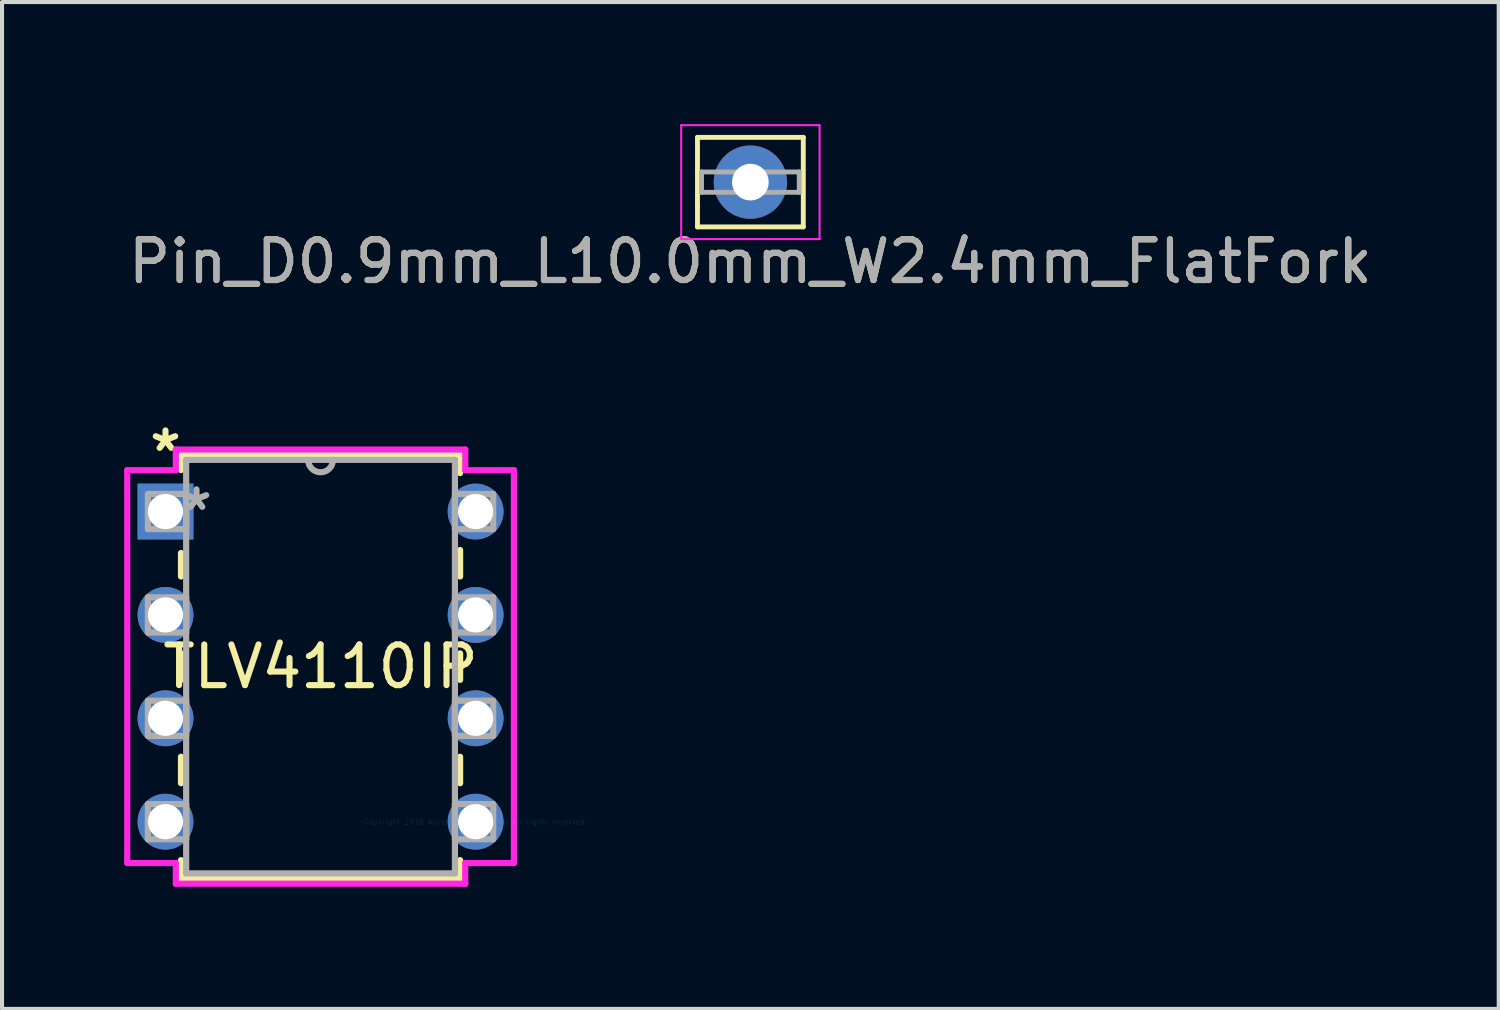
<source format=kicad_pcb>
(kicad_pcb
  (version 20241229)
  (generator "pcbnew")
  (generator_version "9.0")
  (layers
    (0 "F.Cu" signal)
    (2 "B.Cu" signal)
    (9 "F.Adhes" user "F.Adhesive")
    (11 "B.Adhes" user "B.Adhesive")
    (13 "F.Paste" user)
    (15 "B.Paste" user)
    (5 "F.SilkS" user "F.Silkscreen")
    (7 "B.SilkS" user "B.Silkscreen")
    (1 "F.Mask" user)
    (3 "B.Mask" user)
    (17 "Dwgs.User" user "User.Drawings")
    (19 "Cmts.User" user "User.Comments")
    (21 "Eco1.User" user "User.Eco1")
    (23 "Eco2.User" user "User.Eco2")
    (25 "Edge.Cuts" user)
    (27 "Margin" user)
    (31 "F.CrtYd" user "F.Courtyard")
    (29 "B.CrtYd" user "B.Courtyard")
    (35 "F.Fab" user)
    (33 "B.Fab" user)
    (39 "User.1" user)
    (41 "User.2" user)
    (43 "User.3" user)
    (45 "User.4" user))
  (footprint "TLV4110IP"
    (layer "F.Cu")
    (at 8.636 17.139)
    (property "Reference" "TLV4110IP" (at -3.81 -3.81 0) (layer "F.SilkS") (effects (font (size 1 1) (thickness 0.15))))
    (attr through_hole)
    (fp_line (start -7.239 -9.017) (end -7.239 -8.639) (stroke (width 0.152) (type solid)) (layer "F.SilkS"))
    (fp_line (start -7.239 -6.601) (end -7.239 -6.025) (stroke (width 0.152) (type solid)) (layer "F.SilkS"))
    (fp_line (start -7.239 -4.135) (end -7.239 -3.485) (stroke (width 0.152) (type solid)) (layer "F.SilkS"))
    (fp_line (start -7.239 -1.595) (end -7.239 -0.945) (stroke (width 0.152) (type solid)) (layer "F.SilkS"))
    (fp_line (start -7.239 0.945) (end -7.239 1.397) (stroke (width 0.152) (type solid)) (layer "F.SilkS"))
    (fp_line (start -7.239 1.397) (end -0.381 1.397) (stroke (width 0.152) (type solid)) (layer "F.SilkS"))
    (fp_line (start -0.381 -9.017) (end -7.239 -9.017) (stroke (width 0.152) (type solid)) (layer "F.SilkS"))
    (fp_line (start -0.381 -8.565) (end -0.381 -9.017) (stroke (width 0.152) (type solid)) (layer "F.SilkS"))
    (fp_line (start -0.381 -6.025) (end -0.381 -6.675) (stroke (width 0.152) (type solid)) (layer "F.SilkS"))
    (fp_line (start -0.381 -3.485) (end -0.381 -4.135) (stroke (width 0.152) (type solid)) (layer "F.SilkS"))
    (fp_line (start -0.381 -0.945) (end -0.381 -1.595) (stroke (width 0.152) (type solid)) (layer "F.SilkS"))
    (fp_line (start -0.381 1.397) (end -0.381 0.945) (stroke (width 0.152) (type solid)) (layer "F.SilkS"))
    (fp_line (start -8.56 -8.636) (end -8.56 1.016) (stroke (width 0.152) (type solid)) (layer "F.CrtYd"))
    (fp_line (start -8.56 1.016) (end -7.366 1.016) (stroke (width 0.152) (type solid)) (layer "F.CrtYd"))
    (fp_line (start -7.366 -9.144) (end -7.366 -8.636) (stroke (width 0.152) (type solid)) (layer "F.CrtYd"))
    (fp_line (start -7.366 -8.636) (end -8.56 -8.636) (stroke (width 0.152) (type solid)) (layer "F.CrtYd"))
    (fp_line (start -7.366 1.016) (end -7.366 1.524) (stroke (width 0.152) (type solid)) (layer "F.CrtYd"))
    (fp_line (start -7.366 1.524) (end -0.254 1.524) (stroke (width 0.152) (type solid)) (layer "F.CrtYd"))
    (fp_line (start -0.254 -9.144) (end -7.366 -9.144) (stroke (width 0.152) (type solid)) (layer "F.CrtYd"))
    (fp_line (start -0.254 -8.636) (end -0.254 -9.144) (stroke (width 0.152) (type solid)) (layer "F.CrtYd"))
    (fp_line (start -0.254 1.016) (end 0.94 1.016) (stroke (width 0.152) (type solid)) (layer "F.CrtYd"))
    (fp_line (start -0.254 1.524) (end -0.254 1.016) (stroke (width 0.152) (type solid)) (layer "F.CrtYd"))
    (fp_line (start 0.94 -8.636) (end -0.254 -8.636) (stroke (width 0.152) (type solid)) (layer "F.CrtYd"))
    (fp_line (start 0.94 1.016) (end 0.94 -8.636) (stroke (width 0.152) (type solid)) (layer "F.CrtYd"))
    (fp_line (start -8.052 -8.052) (end -8.052 -7.188) (stroke (width 0.152) (type solid)) (layer "F.Fab"))
    (fp_line (start -8.052 -7.188) (end -7.112 -7.188) (stroke (width 0.152) (type solid)) (layer "F.Fab"))
    (fp_line (start -8.052 -5.512) (end -8.052 -4.648) (stroke (width 0.152) (type solid)) (layer "F.Fab"))
    (fp_line (start -8.052 -4.648) (end -7.112 -4.648) (stroke (width 0.152) (type solid)) (layer "F.Fab"))
    (fp_line (start -8.052 -2.972) (end -8.052 -2.108) (stroke (width 0.152) (type solid)) (layer "F.Fab"))
    (fp_line (start -8.052 -2.108) (end -7.112 -2.108) (stroke (width 0.152) (type solid)) (layer "F.Fab"))
    (fp_line (start -8.052 -0.432) (end -8.052 0.432) (stroke (width 0.152) (type solid)) (layer "F.Fab"))
    (fp_line (start -8.052 0.432) (end -7.112 0.432) (stroke (width 0.152) (type solid)) (layer "F.Fab"))
    (fp_line (start -7.112 -8.89) (end -7.112 1.27) (stroke (width 0.152) (type solid)) (layer "F.Fab"))
    (fp_line (start -7.112 -8.052) (end -8.052 -8.052) (stroke (width 0.152) (type solid)) (layer "F.Fab"))
    (fp_line (start -7.112 -7.188) (end -7.112 -8.052) (stroke (width 0.152) (type solid)) (layer "F.Fab"))
    (fp_line (start -7.112 -5.512) (end -8.052 -5.512) (stroke (width 0.152) (type solid)) (layer "F.Fab"))
    (fp_line (start -7.112 -4.648) (end -7.112 -5.512) (stroke (width 0.152) (type solid)) (layer "F.Fab"))
    (fp_line (start -7.112 -2.972) (end -8.052 -2.972) (stroke (width 0.152) (type solid)) (layer "F.Fab"))
    (fp_line (start -7.112 -2.108) (end -7.112 -2.972) (stroke (width 0.152) (type solid)) (layer "F.Fab"))
    (fp_line (start -7.112 -0.432) (end -8.052 -0.432) (stroke (width 0.152) (type solid)) (layer "F.Fab"))
    (fp_line (start -7.112 0.432) (end -7.112 -0.432) (stroke (width 0.152) (type solid)) (layer "F.Fab"))
    (fp_line (start -7.112 1.27) (end -0.508 1.27) (stroke (width 0.152) (type solid)) (layer "F.Fab"))
    (fp_line (start -0.508 -8.89) (end -7.112 -8.89) (stroke (width 0.152) (type solid)) (layer "F.Fab"))
    (fp_line (start -0.508 -8.052) (end -0.508 -7.188) (stroke (width 0.152) (type solid)) (layer "F.Fab"))
    (fp_line (start -0.508 -7.188) (end 0.432 -7.188) (stroke (width 0.152) (type solid)) (layer "F.Fab"))
    (fp_line (start -0.508 -5.512) (end -0.508 -4.648) (stroke (width 0.152) (type solid)) (layer "F.Fab"))
    (fp_line (start -0.508 -4.648) (end 0.432 -4.648) (stroke (width 0.152) (type solid)) (layer "F.Fab"))
    (fp_line (start -0.508 -2.972) (end -0.508 -2.108) (stroke (width 0.152) (type solid)) (layer "F.Fab"))
    (fp_line (start -0.508 -2.108) (end 0.432 -2.108) (stroke (width 0.152) (type solid)) (layer "F.Fab"))
    (fp_line (start -0.508 -0.432) (end -0.508 0.432) (stroke (width 0.152) (type solid)) (layer "F.Fab"))
    (fp_line (start -0.508 0.432) (end 0.432 0.432) (stroke (width 0.152) (type solid)) (layer "F.Fab"))
    (fp_line (start -0.508 1.27) (end -0.508 -8.89) (stroke (width 0.152) (type solid)) (layer "F.Fab"))
    (fp_line (start 0.432 -8.052) (end -0.508 -8.052) (stroke (width 0.152) (type solid)) (layer "F.Fab"))
    (fp_line (start 0.432 -7.188) (end 0.432 -8.052) (stroke (width 0.152) (type solid)) (layer "F.Fab"))
    (fp_line (start 0.432 -5.512) (end -0.508 -5.512) (stroke (width 0.152) (type solid)) (layer "F.Fab"))
    (fp_line (start 0.432 -4.648) (end 0.432 -5.512) (stroke (width 0.152) (type solid)) (layer "F.Fab"))
    (fp_line (start 0.432 -2.972) (end -0.508 -2.972) (stroke (width 0.152) (type solid)) (layer "F.Fab"))
    (fp_line (start 0.432 -2.108) (end 0.432 -2.972) (stroke (width 0.152) (type solid)) (layer "F.Fab"))
    (fp_line (start 0.432 -0.432) (end -0.508 -0.432) (stroke (width 0.152) (type solid)) (layer "F.Fab"))
    (fp_line (start 0.432 0.432) (end 0.432 -0.432) (stroke (width 0.152) (type solid)) (layer "F.Fab"))
    (fp_arc (start -3.5052 -8.89) (mid -3.81 -8.5852) (end -4.1148 -8.89) (stroke (width 0.1524) (type solid)) (layer "F.Fab"))
    (fp_text user "*" (at -7.62 -9.068 0) (layer "F.SilkS") (effects (font (size 1 1) (thickness 0.15))))
    (fp_text user "Copyright 2016 Accelerated Designs. All rights reserved." (at 0 0 0) (layer "Cmts.User") (effects (font (size 0.127 0.127) (thickness 0.002))))
    (fp_text user "*" (at -6.858 -7.62 0) (layer "F.Fab") (effects (font (size 1 1) (thickness 0.15))))
    (pad "1" thru_hole rect (at -7.62 -7.62) (size 1.372 1.372) (drill 0.864) (layers "*.Cu" "*.Mask"))
    (pad "2" thru_hole circle (at -7.62 -5.08) (size 1.372 1.372) (drill 0.864) (layers "*.Cu" "*.Mask"))
    (pad "3" thru_hole circle (at -7.62 -2.54) (size 1.372 1.372) (drill 0.864) (layers "*.Cu" "*.Mask"))
    (pad "4" thru_hole circle (at -7.62 0) (size 1.372 1.372) (drill 0.864) (layers "*.Cu" "*.Mask"))
    (pad "5" thru_hole circle (at 0 0) (size 1.372 1.372) (drill 0.864) (layers "*.Cu" "*.Mask"))
    (pad "6" thru_hole circle (at 0 -2.54) (size 1.372 1.372) (drill 0.864) (layers "*.Cu" "*.Mask"))
    (pad "7" thru_hole circle (at 0 -5.08) (size 1.372 1.372) (drill 0.864) (layers "*.Cu" "*.Mask"))
    (pad "8" thru_hole circle (at 0 -7.62) (size 1.372 1.372) (drill 0.864) (layers "*.Cu" "*.Mask")))
  (footprint "Pin_D0.9mm_L10.0mm_W2.4mm_FlatFork"
    (layer "F.Cu")
    (at 15.387 1.425)
    (property "Reference" "Pin_D0.9mm_L10.0mm_W2.4mm_FlatFork" (at 0 1.95 0) (layer "F.SilkS") (effects (font (size 1 1) (thickness 0.15))))
    (attr through_hole)
    (fp_line (start -1.3 -1.1) (end -1.3 0.6) (stroke (width 0.12) (type solid)) (layer "F.SilkS"))
    (fp_line (start -1.3 0.6) (end -1.3 1.1) (stroke (width 0.12) (type solid)) (layer "F.SilkS"))
    (fp_line (start -1.3 1.1) (end 1.3 1.1) (stroke (width 0.12) (type solid)) (layer "F.SilkS"))
    (fp_line (start 1.3 -1.1) (end -1.3 -1.1) (stroke (width 0.12) (type solid)) (layer "F.SilkS"))
    (fp_line (start 1.3 1.1) (end 1.3 -1.1) (stroke (width 0.12) (type solid)) (layer "F.SilkS"))
    (fp_line (start -1.7 -1.4) (end -1.7 1.4) (stroke (width 0.05) (type solid)) (layer "F.CrtYd"))
    (fp_line (start -1.7 -1.4) (end 1.7 -1.4) (stroke (width 0.05) (type solid)) (layer "F.CrtYd"))
    (fp_line (start 1.7 1.4) (end -1.7 1.4) (stroke (width 0.05) (type solid)) (layer "F.CrtYd"))
    (fp_line (start 1.7 1.4) (end 1.7 -1.4) (stroke (width 0.05) (type solid)) (layer "F.CrtYd"))
    (fp_line (start -1.2 -0.25) (end -1.2 0.25) (stroke (width 0.12) (type solid)) (layer "F.Fab"))
    (fp_line (start -1.2 0.25) (end 1.2 0.25) (stroke (width 0.12) (type solid)) (layer "F.Fab"))
    (fp_line (start 1.2 -0.25) (end -1.2 -0.25) (stroke (width 0.12) (type solid)) (layer "F.Fab"))
    (fp_line (start 1.2 0.25) (end 1.2 -0.25) (stroke (width 0.12) (type solid)) (layer "F.Fab"))
    (fp_text user "${REFERENCE}" (at 0 1.95 0) (layer "F.Fab") (effects (font (size 1 1) (thickness 0.15))))
    (pad "1" thru_hole circle (at 0 0) (size 1.8 1.8) (drill 0.9) (layers "*.Cu" "*.Mask")))
  (gr_rect
    (start -3 -3)
    (end 33.774 21.739)
    (stroke (width 0.1) (type default))
    (fill no)
    (layer "Edge.Cuts")))
</source>
